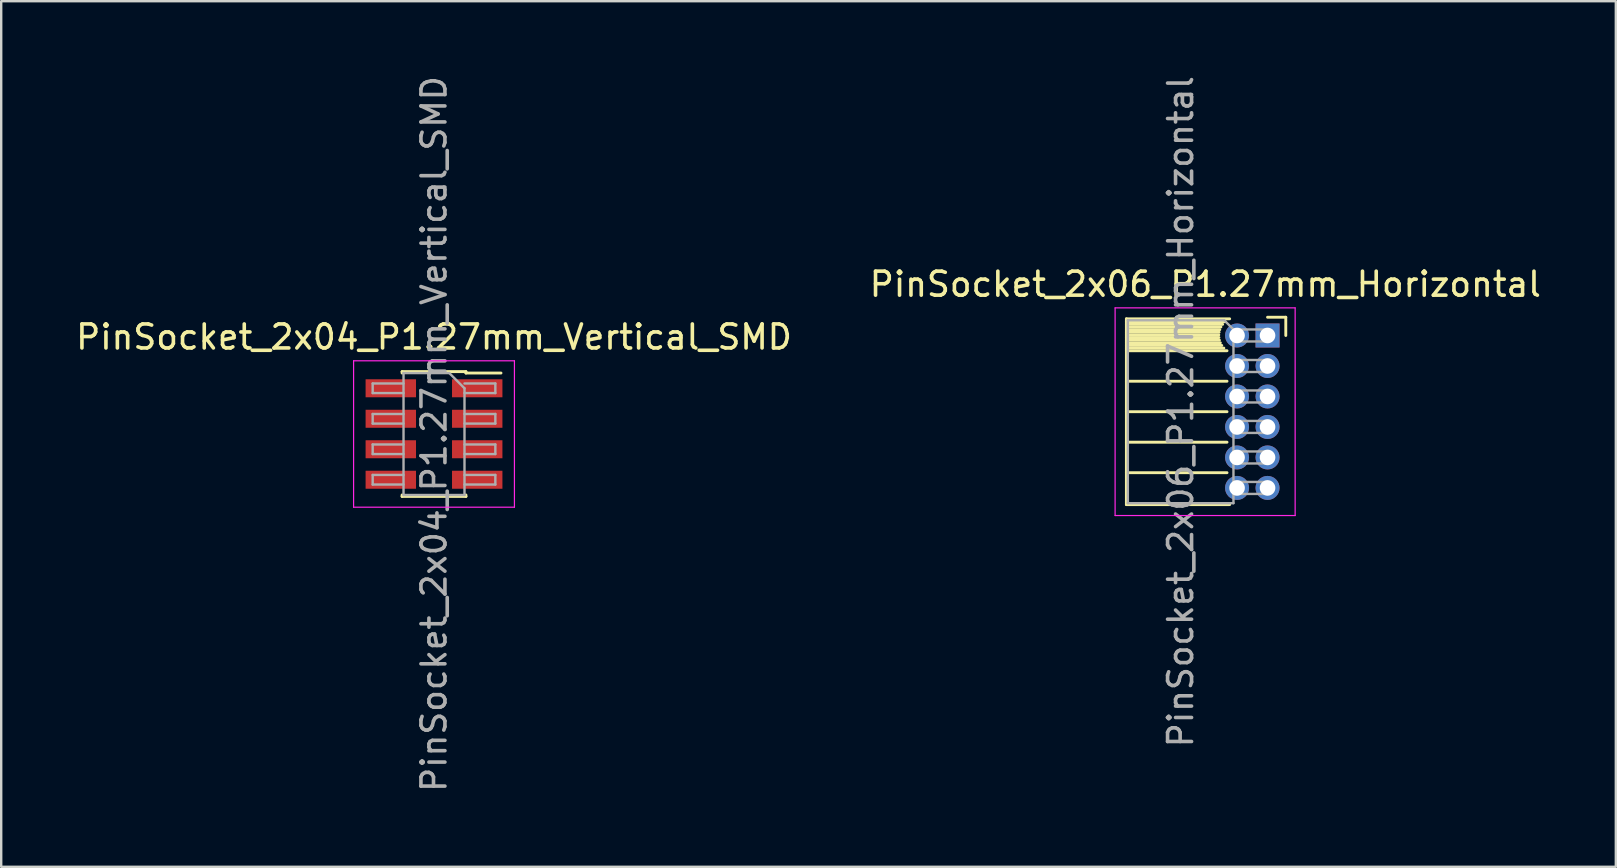
<source format=kicad_pcb>
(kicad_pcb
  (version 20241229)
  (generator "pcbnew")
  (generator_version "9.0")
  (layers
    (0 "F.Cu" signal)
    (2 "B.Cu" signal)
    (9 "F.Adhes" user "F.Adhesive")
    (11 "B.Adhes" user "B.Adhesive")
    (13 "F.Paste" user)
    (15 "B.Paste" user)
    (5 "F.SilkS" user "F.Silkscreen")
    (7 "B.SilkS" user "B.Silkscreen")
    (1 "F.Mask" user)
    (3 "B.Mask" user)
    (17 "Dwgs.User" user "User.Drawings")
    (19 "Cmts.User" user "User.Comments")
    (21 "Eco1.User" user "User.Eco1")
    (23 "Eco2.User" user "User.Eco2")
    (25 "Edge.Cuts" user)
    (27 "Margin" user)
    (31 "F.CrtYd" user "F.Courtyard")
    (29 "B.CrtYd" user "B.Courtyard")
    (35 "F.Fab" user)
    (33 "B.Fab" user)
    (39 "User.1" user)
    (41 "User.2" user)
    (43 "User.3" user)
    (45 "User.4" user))
  (footprint "PinSocket_2x06_P1.27mm_Horizontal"
    (layer "F.Cu")
    (at 49.753 10.926)
    (property "Reference" "PinSocket_2x06_P1.27mm_Horizontal" (at -2.592 -2.135 0) (layer "F.SilkS") (effects (font (size 1 1) (thickness 0.15))))
    (attr through_hole)
    (fp_line (start -5.88 -0.695) (end -5.88 7.045) (stroke (width 0.12) (type solid)) (layer "F.SilkS"))
    (fp_line (start -5.88 -0.695) (end -1.578 -0.695) (stroke (width 0.12) (type solid)) (layer "F.SilkS"))
    (fp_line (start -5.88 -0.575) (end -1.767 -0.575) (stroke (width 0.12) (type solid)) (layer "F.SilkS"))
    (fp_line (start -5.88 -0.465) (end -1.871 -0.465) (stroke (width 0.12) (type solid)) (layer "F.SilkS"))
    (fp_line (start -5.88 -0.355) (end -1.942 -0.355) (stroke (width 0.12) (type solid)) (layer "F.SilkS"))
    (fp_line (start -5.88 -0.245) (end -1.989 -0.245) (stroke (width 0.12) (type solid)) (layer "F.SilkS"))
    (fp_line (start -5.88 -0.135) (end -2.018 -0.135) (stroke (width 0.12) (type solid)) (layer "F.SilkS"))
    (fp_line (start -5.88 -0.025) (end -2.03 -0.025) (stroke (width 0.12) (type solid)) (layer "F.SilkS"))
    (fp_line (start -5.88 0.085) (end -2.025 0.085) (stroke (width 0.12) (type solid)) (layer "F.SilkS"))
    (fp_line (start -5.88 0.195) (end -2.005 0.195) (stroke (width 0.12) (type solid)) (layer "F.SilkS"))
    (fp_line (start -5.88 0.305) (end -1.966 0.305) (stroke (width 0.12) (type solid)) (layer "F.SilkS"))
    (fp_line (start -5.88 0.415) (end -1.907 0.415) (stroke (width 0.12) (type solid)) (layer "F.SilkS"))
    (fp_line (start -5.88 0.525) (end -1.82 0.525) (stroke (width 0.12) (type solid)) (layer "F.SilkS"))
    (fp_line (start -5.88 0.635) (end -1.688 0.635) (stroke (width 0.12) (type solid)) (layer "F.SilkS"))
    (fp_line (start -5.88 1.905) (end -1.688 1.905) (stroke (width 0.12) (type solid)) (layer "F.SilkS"))
    (fp_line (start -5.88 3.175) (end -1.688 3.175) (stroke (width 0.12) (type solid)) (layer "F.SilkS"))
    (fp_line (start -5.88 4.445) (end -1.688 4.445) (stroke (width 0.12) (type solid)) (layer "F.SilkS"))
    (fp_line (start -5.88 5.715) (end -1.688 5.715) (stroke (width 0.12) (type solid)) (layer "F.SilkS"))
    (fp_line (start -5.88 7.045) (end -1.578 7.045) (stroke (width 0.12) (type solid)) (layer "F.SilkS"))
    (fp_line (start 0 -0.76) (end 0.76 -0.76) (stroke (width 0.12) (type solid)) (layer "F.SilkS"))
    (fp_line (start 0.76 -0.76) (end 0.76 0) (stroke (width 0.12) (type solid)) (layer "F.SilkS"))
    (fp_line (start -6.35 -1.15) (end -6.35 7.5) (stroke (width 0.05) (type solid)) (layer "F.CrtYd"))
    (fp_line (start -6.35 7.5) (end 1.15 7.5) (stroke (width 0.05) (type solid)) (layer "F.CrtYd"))
    (fp_line (start 1.15 -1.15) (end -6.35 -1.15) (stroke (width 0.05) (type solid)) (layer "F.CrtYd"))
    (fp_line (start 1.15 7.5) (end 1.15 -1.15) (stroke (width 0.05) (type solid)) (layer "F.CrtYd"))
    (fp_line (start -5.82 -0.635) (end -1.805 -0.635) (stroke (width 0.1) (type solid)) (layer "F.Fab"))
    (fp_line (start -5.82 6.985) (end -5.82 -0.635) (stroke (width 0.1) (type solid)) (layer "F.Fab"))
    (fp_line (start -1.805 -0.635) (end -1.42 -0.25) (stroke (width 0.1) (type solid)) (layer "F.Fab"))
    (fp_line (start -1.42 -0.25) (end -1.42 6.985) (stroke (width 0.1) (type solid)) (layer "F.Fab"))
    (fp_line (start -1.42 0.25) (end 0 0.25) (stroke (width 0.1) (type solid)) (layer "F.Fab"))
    (fp_line (start -1.42 1.52) (end 0 1.52) (stroke (width 0.1) (type solid)) (layer "F.Fab"))
    (fp_line (start -1.42 2.79) (end 0 2.79) (stroke (width 0.1) (type solid)) (layer "F.Fab"))
    (fp_line (start -1.42 4.06) (end 0 4.06) (stroke (width 0.1) (type solid)) (layer "F.Fab"))
    (fp_line (start -1.42 5.33) (end 0 5.33) (stroke (width 0.1) (type solid)) (layer "F.Fab"))
    (fp_line (start -1.42 6.6) (end 0 6.6) (stroke (width 0.1) (type solid)) (layer "F.Fab"))
    (fp_line (start -1.42 6.985) (end -5.82 6.985) (stroke (width 0.1) (type solid)) (layer "F.Fab"))
    (fp_line (start 0 -0.25) (end -1.42 -0.25) (stroke (width 0.1) (type solid)) (layer "F.Fab"))
    (fp_line (start 0 0.25) (end 0 -0.25) (stroke (width 0.1) (type solid)) (layer "F.Fab"))
    (fp_line (start 0 1.02) (end -1.42 1.02) (stroke (width 0.1) (type solid)) (layer "F.Fab"))
    (fp_line (start 0 1.52) (end 0 1.02) (stroke (width 0.1) (type solid)) (layer "F.Fab"))
    (fp_line (start 0 2.29) (end -1.42 2.29) (stroke (width 0.1) (type solid)) (layer "F.Fab"))
    (fp_line (start 0 2.79) (end 0 2.29) (stroke (width 0.1) (type solid)) (layer "F.Fab"))
    (fp_line (start 0 3.56) (end -1.42 3.56) (stroke (width 0.1) (type solid)) (layer "F.Fab"))
    (fp_line (start 0 4.06) (end 0 3.56) (stroke (width 0.1) (type solid)) (layer "F.Fab"))
    (fp_line (start 0 4.83) (end -1.42 4.83) (stroke (width 0.1) (type solid)) (layer "F.Fab"))
    (fp_line (start 0 5.33) (end 0 4.83) (stroke (width 0.1) (type solid)) (layer "F.Fab"))
    (fp_line (start 0 6.1) (end -1.42 6.1) (stroke (width 0.1) (type solid)) (layer "F.Fab"))
    (fp_line (start 0 6.6) (end 0 6.1) (stroke (width 0.1) (type solid)) (layer "F.Fab"))
    (fp_text user "${REFERENCE}" (at -3.62 3.175 90) (layer "F.Fab") (effects (font (size 1 1) (thickness 0.15))))
    (pad "1" thru_hole rect (at 0 0) (size 1 1) (drill 0.65) (layers "*.Cu" "*.Mask"))
    (pad "2" thru_hole oval (at -1.27 0) (size 1 1) (drill 0.65) (layers "*.Cu" "*.Mask"))
    (pad "3" thru_hole oval (at 0 1.27) (size 1 1) (drill 0.65) (layers "*.Cu" "*.Mask"))
    (pad "4" thru_hole oval (at -1.27 1.27) (size 1 1) (drill 0.65) (layers "*.Cu" "*.Mask"))
    (pad "5" thru_hole oval (at 0 2.54) (size 1 1) (drill 0.65) (layers "*.Cu" "*.Mask"))
    (pad "6" thru_hole oval (at -1.27 2.54) (size 1 1) (drill 0.65) (layers "*.Cu" "*.Mask"))
    (pad "7" thru_hole oval (at 0 3.81) (size 1 1) (drill 0.65) (layers "*.Cu" "*.Mask"))
    (pad "8" thru_hole oval (at -1.27 3.81) (size 1 1) (drill 0.65) (layers "*.Cu" "*.Mask"))
    (pad "9" thru_hole oval (at 0 5.08) (size 1 1) (drill 0.65) (layers "*.Cu" "*.Mask"))
    (pad "10" thru_hole oval (at -1.27 5.08) (size 1 1) (drill 0.65) (layers "*.Cu" "*.Mask"))
    (pad "11" thru_hole oval (at 0 6.35) (size 1 1) (drill 0.65) (layers "*.Cu" "*.Mask"))
    (pad "12" thru_hole oval (at -1.27 6.35) (size 1 1) (drill 0.65) (layers "*.Cu" "*.Mask")))
  (footprint "PinSocket_2x04_P1.27mm_Vertical_SMD"
    (layer "F.Cu")
    (at 15.03 15.03)
    (property "Reference" "PinSocket_2x04_P1.27mm_Vertical_SMD" (at 0 -4.04 0) (layer "F.SilkS") (effects (font (size 1 1) (thickness 0.15))))
    (attr smd)
    (fp_line (start -1.33 -2.6) (end -1.33 -2.54) (stroke (width 0.12) (type solid)) (layer "F.SilkS"))
    (fp_line (start -1.33 -2.6) (end 1.33 -2.6) (stroke (width 0.12) (type solid)) (layer "F.SilkS"))
    (fp_line (start -1.33 2.54) (end -1.33 2.6) (stroke (width 0.12) (type solid)) (layer "F.SilkS"))
    (fp_line (start -1.33 2.6) (end 1.33 2.6) (stroke (width 0.12) (type solid)) (layer "F.SilkS"))
    (fp_line (start 1.33 -2.6) (end 1.33 -2.54) (stroke (width 0.12) (type solid)) (layer "F.SilkS"))
    (fp_line (start 1.33 -2.54) (end 2.79 -2.54) (stroke (width 0.12) (type solid)) (layer "F.SilkS"))
    (fp_line (start 1.33 2.54) (end 1.33 2.6) (stroke (width 0.12) (type solid)) (layer "F.SilkS"))
    (fp_line (start -3.35 -3.05) (end 3.35 -3.05) (stroke (width 0.05) (type solid)) (layer "F.CrtYd"))
    (fp_line (start -3.35 3.05) (end -3.35 -3.05) (stroke (width 0.05) (type solid)) (layer "F.CrtYd"))
    (fp_line (start 3.35 -3.05) (end 3.35 3.05) (stroke (width 0.05) (type solid)) (layer "F.CrtYd"))
    (fp_line (start 3.35 3.05) (end -3.35 3.05) (stroke (width 0.05) (type solid)) (layer "F.CrtYd"))
    (fp_line (start -2.555 -2.105) (end -1.27 -2.105) (stroke (width 0.1) (type solid)) (layer "F.Fab"))
    (fp_line (start -2.555 -1.705) (end -2.555 -2.105) (stroke (width 0.1) (type solid)) (layer "F.Fab"))
    (fp_line (start -2.555 -0.835) (end -1.27 -0.835) (stroke (width 0.1) (type solid)) (layer "F.Fab"))
    (fp_line (start -2.555 -0.435) (end -2.555 -0.835) (stroke (width 0.1) (type solid)) (layer "F.Fab"))
    (fp_line (start -2.555 0.435) (end -1.27 0.435) (stroke (width 0.1) (type solid)) (layer "F.Fab"))
    (fp_line (start -2.555 0.835) (end -2.555 0.435) (stroke (width 0.1) (type solid)) (layer "F.Fab"))
    (fp_line (start -2.555 1.705) (end -1.27 1.705) (stroke (width 0.1) (type solid)) (layer "F.Fab"))
    (fp_line (start -2.555 2.105) (end -2.555 1.705) (stroke (width 0.1) (type solid)) (layer "F.Fab"))
    (fp_line (start -1.27 -2.54) (end 0.635 -2.54) (stroke (width 0.1) (type solid)) (layer "F.Fab"))
    (fp_line (start -1.27 -1.705) (end -2.555 -1.705) (stroke (width 0.1) (type solid)) (layer "F.Fab"))
    (fp_line (start -1.27 -0.435) (end -2.555 -0.435) (stroke (width 0.1) (type solid)) (layer "F.Fab"))
    (fp_line (start -1.27 0.835) (end -2.555 0.835) (stroke (width 0.1) (type solid)) (layer "F.Fab"))
    (fp_line (start -1.27 2.105) (end -2.555 2.105) (stroke (width 0.1) (type solid)) (layer "F.Fab"))
    (fp_line (start -1.27 2.54) (end -1.27 -2.54) (stroke (width 0.1) (type solid)) (layer "F.Fab"))
    (fp_line (start 0.635 -2.54) (end 1.27 -1.905) (stroke (width 0.1) (type solid)) (layer "F.Fab"))
    (fp_line (start 1.27 -2.105) (end 2.555 -2.105) (stroke (width 0.1) (type solid)) (layer "F.Fab"))
    (fp_line (start 1.27 -1.905) (end 1.27 2.54) (stroke (width 0.1) (type solid)) (layer "F.Fab"))
    (fp_line (start 1.27 -0.835) (end 2.555 -0.835) (stroke (width 0.1) (type solid)) (layer "F.Fab"))
    (fp_line (start 1.27 0.435) (end 2.555 0.435) (stroke (width 0.1) (type solid)) (layer "F.Fab"))
    (fp_line (start 1.27 1.705) (end 2.555 1.705) (stroke (width 0.1) (type solid)) (layer "F.Fab"))
    (fp_line (start 1.27 2.54) (end -1.27 2.54) (stroke (width 0.1) (type solid)) (layer "F.Fab"))
    (fp_line (start 2.555 -2.105) (end 2.555 -1.705) (stroke (width 0.1) (type solid)) (layer "F.Fab"))
    (fp_line (start 2.555 -1.705) (end 1.27 -1.705) (stroke (width 0.1) (type solid)) (layer "F.Fab"))
    (fp_line (start 2.555 -0.835) (end 2.555 -0.435) (stroke (width 0.1) (type solid)) (layer "F.Fab"))
    (fp_line (start 2.555 -0.435) (end 1.27 -0.435) (stroke (width 0.1) (type solid)) (layer "F.Fab"))
    (fp_line (start 2.555 0.435) (end 2.555 0.835) (stroke (width 0.1) (type solid)) (layer "F.Fab"))
    (fp_line (start 2.555 0.835) (end 1.27 0.835) (stroke (width 0.1) (type solid)) (layer "F.Fab"))
    (fp_line (start 2.555 1.705) (end 2.555 2.105) (stroke (width 0.1) (type solid)) (layer "F.Fab"))
    (fp_line (start 2.555 2.105) (end 1.27 2.105) (stroke (width 0.1) (type solid)) (layer "F.Fab"))
    (fp_text user "${REFERENCE}" (at 0 0 90) (layer "F.Fab") (effects (font (size 1 1) (thickness 0.15))))
    (pad "1" smd rect (at 1.8 -1.905) (size 2.1 0.75) (layers "F.Cu" "F.Mask" "F.Paste"))
    (pad "2" smd rect (at -1.8 -1.905) (size 2.1 0.75) (layers "F.Cu" "F.Mask" "F.Paste"))
    (pad "3" smd rect (at 1.8 -0.635) (size 2.1 0.75) (layers "F.Cu" "F.Mask" "F.Paste"))
    (pad "4" smd rect (at -1.8 -0.635) (size 2.1 0.75) (layers "F.Cu" "F.Mask" "F.Paste"))
    (pad "5" smd rect (at 1.8 0.635) (size 2.1 0.75) (layers "F.Cu" "F.Mask" "F.Paste"))
    (pad "6" smd rect (at -1.8 0.635) (size 2.1 0.75) (layers "F.Cu" "F.Mask" "F.Paste"))
    (pad "7" smd rect (at 1.8 1.905) (size 2.1 0.75) (layers "F.Cu" "F.Mask" "F.Paste"))
    (pad "8" smd rect (at -1.8 1.905) (size 2.1 0.75) (layers "F.Cu" "F.Mask" "F.Paste")))
  (gr_rect
    (start -3 -3)
    (end 64.262 33.06)
    (stroke (width 0.1) (type default))
    (fill no)
    (layer "Edge.Cuts")))
</source>
